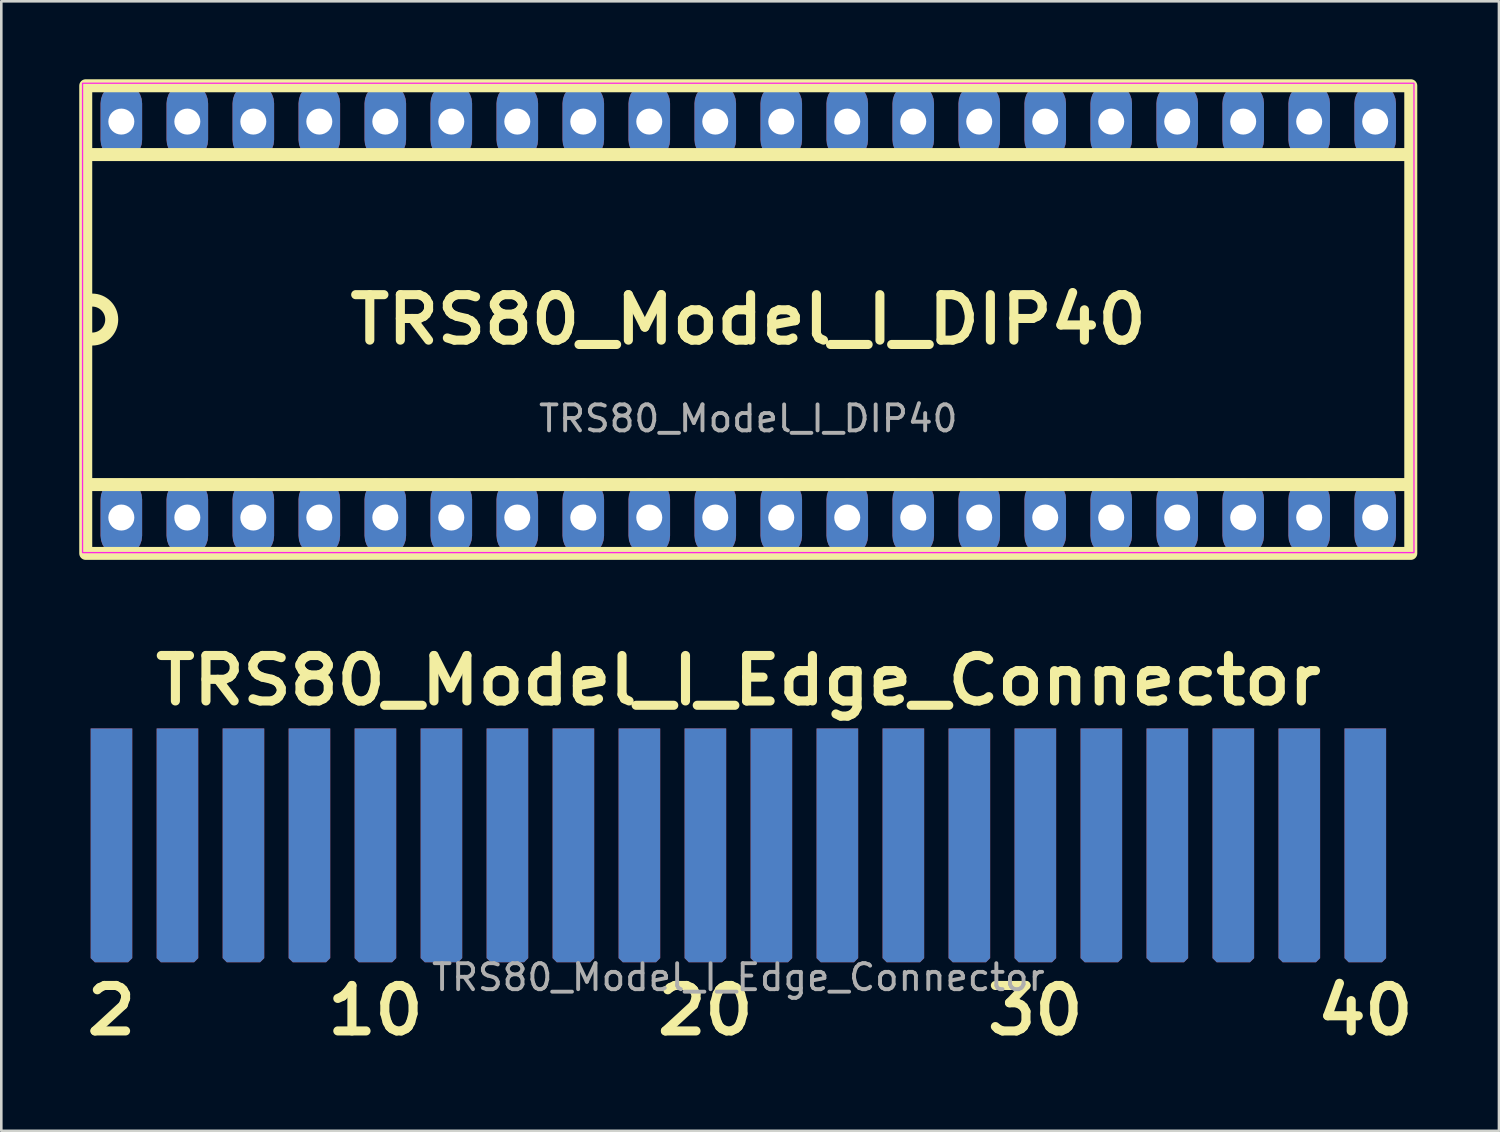
<source format=kicad_pcb>
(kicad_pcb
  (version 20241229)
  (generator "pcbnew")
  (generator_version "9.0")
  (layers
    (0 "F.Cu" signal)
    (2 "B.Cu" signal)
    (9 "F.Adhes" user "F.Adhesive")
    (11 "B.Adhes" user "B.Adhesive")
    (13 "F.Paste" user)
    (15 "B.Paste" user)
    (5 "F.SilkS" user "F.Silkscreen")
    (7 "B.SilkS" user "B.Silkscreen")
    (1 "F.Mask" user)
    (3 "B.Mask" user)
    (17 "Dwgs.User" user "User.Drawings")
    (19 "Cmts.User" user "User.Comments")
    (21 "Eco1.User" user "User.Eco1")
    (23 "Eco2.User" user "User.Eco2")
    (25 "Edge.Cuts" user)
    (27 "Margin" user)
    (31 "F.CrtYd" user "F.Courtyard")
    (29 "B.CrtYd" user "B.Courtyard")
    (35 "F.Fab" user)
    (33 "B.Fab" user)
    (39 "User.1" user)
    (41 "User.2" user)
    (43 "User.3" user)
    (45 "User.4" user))
  (footprint "TRS80_Model_I_Edge_Connector"
    (layer "F.Cu")
    (at 25.37 26.948)
    (property "Reference" "TRS80_Model_I_Edge_Connector" (at 0 -3.81 0) (unlocked yes) (layer "F.SilkS") (effects (font (size 1.75 1.9) (thickness 0.35) (bold yes))))
    (attr smd)
    (fp_text user "20" (at -1.27 8.89 0) (unlocked yes) (layer "F.SilkS") (effects (font (size 1.75 1.9) (thickness 0.35) (bold yes))))
    (fp_text user "2" (at -24.13 8.89 0) (unlocked yes) (layer "F.SilkS") (effects (font (size 1.75 1.9) (thickness 0.35) (bold yes))))
    (fp_text user "10" (at -13.97 8.89 0) (unlocked yes) (layer "F.SilkS") (effects (font (size 1.75 1.9) (thickness 0.35) (bold yes))))
    (fp_text user "40" (at 24.13 8.89 0) (unlocked yes) (layer "F.SilkS") (effects (font (size 1.75 1.9) (thickness 0.35) (bold yes))))
    (fp_text user "30" (at 11.43 8.89 0) (unlocked yes) (layer "F.SilkS") (effects (font (size 1.75 1.9) (thickness 0.35) (bold yes))))
    (fp_text user "${REFERENCE}" (at 0 7.62 0) (unlocked yes) (layer "F.Fab") (effects (font (size 1 1) (thickness 0.15))))
    (pad "1" connect roundrect (at -24.13 2.54 180) (size 1.6 9) (layers "B.Cu" "B.Mask") (roundrect_rratio 0) (chamfer_ratio 0.1) (chamfer top_left top_right))
    (pad "2" connect roundrect (at -24.13 2.54 180) (size 1.6 9) (layers "F.Cu" "F.Mask") (roundrect_rratio 0) (chamfer_ratio 0.1) (chamfer top_left top_right))
    (pad "3" connect roundrect (at -21.59 2.54 180) (size 1.6 9) (layers "B.Cu" "B.Mask") (roundrect_rratio 0) (chamfer_ratio 0.1) (chamfer top_left top_right))
    (pad "4" connect roundrect (at -21.59 2.54 180) (size 1.6 9) (layers "F.Cu" "F.Mask") (roundrect_rratio 0) (chamfer_ratio 0.1) (chamfer top_left top_right))
    (pad "5" connect roundrect (at -19.05 2.54 180) (size 1.6 9) (layers "B.Cu" "B.Mask") (roundrect_rratio 0) (chamfer_ratio 0.1) (chamfer top_left top_right))
    (pad "6" connect roundrect (at -19.05 2.54 180) (size 1.6 9) (layers "F.Cu" "F.Mask") (roundrect_rratio 0) (chamfer_ratio 0.1) (chamfer top_left top_right))
    (pad "7" connect roundrect (at -16.51 2.54 180) (size 1.6 9) (layers "B.Cu" "B.Mask") (roundrect_rratio 0) (chamfer_ratio 0.1) (chamfer top_left top_right))
    (pad "8" connect roundrect (at -16.51 2.54 180) (size 1.6 9) (layers "F.Cu" "F.Mask") (roundrect_rratio 0) (chamfer_ratio 0.1) (chamfer top_left top_right))
    (pad "9" connect roundrect (at -13.97 2.54 180) (size 1.6 9) (layers "B.Cu" "B.Mask") (roundrect_rratio 0) (chamfer_ratio 0.1) (chamfer top_left top_right))
    (pad "10" connect roundrect (at -13.97 2.54 180) (size 1.6 9) (layers "F.Cu" "F.Mask") (roundrect_rratio 0) (chamfer_ratio 0.1) (chamfer top_left top_right))
    (pad "11" connect roundrect (at -11.43 2.54 180) (size 1.6 9) (layers "B.Cu" "B.Mask") (roundrect_rratio 0) (chamfer_ratio 0.1) (chamfer top_left top_right))
    (pad "12" connect roundrect (at -11.43 2.54 180) (size 1.6 9) (layers "F.Cu" "F.Mask") (roundrect_rratio 0) (chamfer_ratio 0.1) (chamfer top_left top_right))
    (pad "13" connect roundrect (at -8.89 2.54 180) (size 1.6 9) (layers "B.Cu" "B.Mask") (roundrect_rratio 0) (chamfer_ratio 0.1) (chamfer top_left top_right))
    (pad "14" connect roundrect (at -8.89 2.54 180) (size 1.6 9) (layers "F.Cu" "F.Mask") (roundrect_rratio 0) (chamfer_ratio 0.1) (chamfer top_left top_right))
    (pad "15" connect roundrect (at -6.35 2.54 180) (size 1.6 9) (layers "B.Cu" "B.Mask") (roundrect_rratio 0) (chamfer_ratio 0.1) (chamfer top_left top_right))
    (pad "16" connect roundrect (at -6.35 2.54 180) (size 1.6 9) (layers "F.Cu" "F.Mask") (roundrect_rratio 0) (chamfer_ratio 0.1) (chamfer top_left top_right))
    (pad "17" connect roundrect (at -3.81 2.54 180) (size 1.6 9) (layers "B.Cu" "B.Mask") (roundrect_rratio 0) (chamfer_ratio 0.1) (chamfer top_left top_right))
    (pad "18" connect roundrect (at -3.81 2.54 180) (size 1.6 9) (layers "F.Cu" "F.Mask") (roundrect_rratio 0) (chamfer_ratio 0.1) (chamfer top_left top_right))
    (pad "19" connect roundrect (at -1.27 2.54 180) (size 1.6 9) (layers "B.Cu" "B.Mask") (roundrect_rratio 0) (chamfer_ratio 0.1) (chamfer top_left top_right))
    (pad "20" connect roundrect (at -1.27 2.54 180) (size 1.6 9) (layers "F.Cu" "F.Mask") (roundrect_rratio 0) (chamfer_ratio 0.1) (chamfer top_left top_right))
    (pad "21" connect roundrect (at 1.27 2.54 180) (size 1.6 9) (layers "B.Cu" "B.Mask") (roundrect_rratio 0) (chamfer_ratio 0.1) (chamfer top_left top_right))
    (pad "22" connect roundrect (at 1.27 2.54 180) (size 1.6 9) (layers "F.Cu" "F.Mask") (roundrect_rratio 0) (chamfer_ratio 0.1) (chamfer top_left top_right))
    (pad "23" connect roundrect (at 3.81 2.54 180) (size 1.6 9) (layers "B.Cu" "B.Mask") (roundrect_rratio 0) (chamfer_ratio 0.1) (chamfer top_left top_right))
    (pad "24" connect roundrect (at 3.81 2.54 180) (size 1.6 9) (layers "F.Cu" "F.Mask") (roundrect_rratio 0) (chamfer_ratio 0.1) (chamfer top_left top_right))
    (pad "25" connect roundrect (at 6.35 2.54 180) (size 1.6 9) (layers "B.Cu" "B.Mask") (roundrect_rratio 0) (chamfer_ratio 0.1) (chamfer top_left top_right))
    (pad "26" connect roundrect (at 6.35 2.54 180) (size 1.6 9) (layers "F.Cu" "F.Mask") (roundrect_rratio 0) (chamfer_ratio 0.1) (chamfer top_left top_right))
    (pad "27" connect roundrect (at 8.89 2.54 180) (size 1.6 9) (layers "B.Cu" "B.Mask") (roundrect_rratio 0) (chamfer_ratio 0.1) (chamfer top_left top_right))
    (pad "28" connect roundrect (at 8.89 2.54 180) (size 1.6 9) (layers "F.Cu" "F.Mask") (roundrect_rratio 0) (chamfer_ratio 0.1) (chamfer top_left top_right))
    (pad "29" connect roundrect (at 11.43 2.54 180) (size 1.6 9) (layers "B.Cu" "B.Mask") (roundrect_rratio 0) (chamfer_ratio 0.1) (chamfer top_left top_right))
    (pad "30" connect roundrect (at 11.43 2.54 180) (size 1.6 9) (layers "F.Cu" "F.Mask") (roundrect_rratio 0) (chamfer_ratio 0.1) (chamfer top_left top_right))
    (pad "31" connect roundrect (at 13.97 2.54 180) (size 1.6 9) (layers "B.Cu" "B.Mask") (roundrect_rratio 0) (chamfer_ratio 0.1) (chamfer top_left top_right))
    (pad "32" connect roundrect (at 13.97 2.54 180) (size 1.6 9) (layers "F.Cu" "F.Mask") (roundrect_rratio 0) (chamfer_ratio 0.1) (chamfer top_left top_right))
    (pad "33" connect roundrect (at 16.51 2.54 180) (size 1.6 9) (layers "B.Cu" "B.Mask") (roundrect_rratio 0) (chamfer_ratio 0.1) (chamfer top_left top_right))
    (pad "34" connect roundrect (at 16.51 2.54 180) (size 1.6 9) (layers "F.Cu" "F.Mask") (roundrect_rratio 0) (chamfer_ratio 0.1) (chamfer top_left top_right))
    (pad "35" connect roundrect (at 19.05 2.54 180) (size 1.6 9) (layers "B.Cu" "B.Mask") (roundrect_rratio 0) (chamfer_ratio 0.1) (chamfer top_left top_right))
    (pad "36" connect roundrect (at 19.05 2.54 180) (size 1.6 9) (layers "F.Cu" "F.Mask") (roundrect_rratio 0) (chamfer_ratio 0.1) (chamfer top_left top_right))
    (pad "37" connect roundrect (at 21.59 2.54 180) (size 1.6 9) (layers "B.Cu" "B.Mask") (roundrect_rratio 0) (chamfer_ratio 0.1) (chamfer top_left top_right))
    (pad "38" connect roundrect (at 21.59 2.54 180) (size 1.6 9) (layers "F.Cu" "F.Mask") (roundrect_rratio 0) (chamfer_ratio 0.1) (chamfer top_left top_right))
    (pad "39" connect roundrect (at 24.13 2.54 180) (size 1.6 9) (layers "B.Cu" "B.Mask") (roundrect_rratio 0) (chamfer_ratio 0.1) (chamfer top_left top_right))
    (pad "40" connect roundrect (at 24.13 2.54 180) (size 1.6 9) (layers "F.Cu" "F.Mask") (roundrect_rratio 0) (chamfer_ratio 0.1) (chamfer top_left top_right)))
  (footprint "TRS80_Model_I_DIP40"
    (layer "F.Cu")
    (at 25.75 9.25)
    (property "Reference" "TRS80_Model_I_DIP40" (at 0 0 0) (unlocked yes) (layer "F.SilkS") (effects (font (size 1.75 1.9) (thickness 0.35) (bold yes))))
    (attr through_hole)
    (fp_line (start 25.4 -6.35) (end -25.4 -6.35) (stroke (width 0.5) (type default)) (layer "F.SilkS"))
    (fp_line (start 25.4 -6.35) (end 25.4 -6.35) (stroke (width 0.5) (type default)) (layer "F.SilkS"))
    (fp_line (start 25.4 6.35) (end -25.4 6.35) (stroke (width 0.5) (type default)) (layer "F.SilkS"))
    (fp_rect (start -25.5 -9) (end 25.5 9) (stroke (width 0.5) (type default)) (fill no) (layer "F.SilkS"))
    (fp_arc (start -25.25 -0.75) (mid -24.5 0) (end -25.25 0.75) (stroke (width 0.5) (type default)) (layer "F.SilkS"))
    (fp_rect (start -25.623 -9.096) (end 25.623 8.969) (stroke (width 0.05) (type default)) (fill no) (layer "F.CrtYd"))
    (fp_text user "${REFERENCE}" (at 0 3.81 0) (unlocked yes) (layer "F.Fab") (effects (font (size 1 1) (thickness 0.15))))
    (pad "1" thru_hole roundrect (at -24.13 7.62) (size 1.6 3) (drill 1) (layers "*.Cu" "*.Mask") (roundrect_rratio 0.5))
    (pad "2" thru_hole roundrect (at -21.59 7.62) (size 1.6 3) (drill 1) (layers "*.Cu" "*.Mask") (roundrect_rratio 0.5))
    (pad "3" thru_hole roundrect (at -19.05 7.62) (size 1.6 3) (drill 1) (layers "*.Cu" "*.Mask") (roundrect_rratio 0.5))
    (pad "4" thru_hole roundrect (at -16.51 7.62) (size 1.6 3) (drill 1) (layers "*.Cu" "*.Mask") (roundrect_rratio 0.5))
    (pad "5" thru_hole roundrect (at -13.97 7.62) (size 1.6 3) (drill 1) (layers "*.Cu" "*.Mask") (roundrect_rratio 0.5))
    (pad "6" thru_hole roundrect (at -11.43 7.62) (size 1.6 3) (drill 1) (layers "*.Cu" "*.Mask") (roundrect_rratio 0.5))
    (pad "7" thru_hole roundrect (at -8.89 7.62) (size 1.6 3) (drill 1) (layers "*.Cu" "*.Mask") (roundrect_rratio 0.5))
    (pad "8" thru_hole roundrect (at -6.35 7.62) (size 1.6 3) (drill 1) (layers "*.Cu" "*.Mask") (roundrect_rratio 0.5))
    (pad "9" thru_hole roundrect (at -3.81 7.62) (size 1.6 3) (drill 1) (layers "*.Cu" "*.Mask") (roundrect_rratio 0.5))
    (pad "10" thru_hole roundrect (at -1.27 7.62) (size 1.6 3) (drill 1) (layers "*.Cu" "*.Mask") (roundrect_rratio 0.5))
    (pad "11" thru_hole roundrect (at 1.27 7.62) (size 1.6 3) (drill 1) (layers "*.Cu" "*.Mask") (roundrect_rratio 0.5))
    (pad "12" thru_hole roundrect (at 3.81 7.62) (size 1.6 3) (drill 1) (layers "*.Cu" "*.Mask") (roundrect_rratio 0.5))
    (pad "13" thru_hole roundrect (at 6.35 7.62) (size 1.6 3) (drill 1) (layers "*.Cu" "*.Mask") (roundrect_rratio 0.5))
    (pad "14" thru_hole roundrect (at 8.89 7.62) (size 1.6 3) (drill 1) (layers "*.Cu" "*.Mask") (roundrect_rratio 0.5))
    (pad "15" thru_hole roundrect (at 11.43 7.62) (size 1.6 3) (drill 1) (layers "*.Cu" "*.Mask") (roundrect_rratio 0.5))
    (pad "16" thru_hole roundrect (at 13.97 7.62) (size 1.6 3) (drill 1) (layers "*.Cu" "*.Mask") (roundrect_rratio 0.5))
    (pad "17" thru_hole roundrect (at 16.51 7.62) (size 1.6 3) (drill 1) (layers "*.Cu" "*.Mask") (roundrect_rratio 0.5))
    (pad "18" thru_hole roundrect (at 19.05 7.62) (size 1.6 3) (drill 1) (layers "*.Cu" "*.Mask") (roundrect_rratio 0.5))
    (pad "19" thru_hole roundrect (at 21.59 7.62) (size 1.6 3) (drill 1) (layers "*.Cu" "*.Mask") (roundrect_rratio 0.5))
    (pad "20" thru_hole roundrect (at 24.13 7.62) (size 1.6 3) (drill 1) (layers "*.Cu" "*.Mask") (roundrect_rratio 0.5))
    (pad "21" thru_hole roundrect (at 24.13 -7.62) (size 1.6 3) (drill 1) (layers "*.Cu" "*.Mask") (roundrect_rratio 0.5))
    (pad "22" thru_hole roundrect (at 21.59 -7.62) (size 1.6 3) (drill 1) (layers "*.Cu" "*.Mask") (roundrect_rratio 0.5))
    (pad "23" thru_hole roundrect (at 19.05 -7.62) (size 1.6 3) (drill 1) (layers "*.Cu" "*.Mask") (roundrect_rratio 0.5))
    (pad "24" thru_hole roundrect (at 16.51 -7.62) (size 1.6 3) (drill 1) (layers "*.Cu" "*.Mask") (roundrect_rratio 0.5))
    (pad "25" thru_hole roundrect (at 13.97 -7.62) (size 1.6 3) (drill 1) (layers "*.Cu" "*.Mask") (roundrect_rratio 0.5))
    (pad "26" thru_hole roundrect (at 11.43 -7.62) (size 1.6 3) (drill 1) (layers "*.Cu" "*.Mask") (roundrect_rratio 0.5))
    (pad "27" thru_hole roundrect (at 8.89 -7.62) (size 1.6 3) (drill 1) (layers "*.Cu" "*.Mask") (roundrect_rratio 0.5))
    (pad "28" thru_hole roundrect (at 6.35 -7.62) (size 1.6 3) (drill 1) (layers "*.Cu" "*.Mask") (roundrect_rratio 0.5))
    (pad "29" thru_hole roundrect (at 3.81 -7.62) (size 1.6 3) (drill 1) (layers "*.Cu" "*.Mask") (roundrect_rratio 0.5))
    (pad "30" thru_hole roundrect (at 1.27 -7.62) (size 1.6 3) (drill 1) (layers "*.Cu" "*.Mask") (roundrect_rratio 0.5))
    (pad "31" thru_hole roundrect (at -1.27 -7.62) (size 1.6 3) (drill 1) (layers "*.Cu" "*.Mask") (roundrect_rratio 0.5))
    (pad "32" thru_hole roundrect (at -3.81 -7.62) (size 1.6 3) (drill 1) (layers "*.Cu" "*.Mask") (roundrect_rratio 0.5))
    (pad "33" thru_hole roundrect (at -6.35 -7.62) (size 1.6 3) (drill 1) (layers "*.Cu" "*.Mask") (roundrect_rratio 0.5))
    (pad "34" thru_hole roundrect (at -8.89 -7.62) (size 1.6 3) (drill 1) (layers "*.Cu" "*.Mask") (roundrect_rratio 0.5))
    (pad "35" thru_hole roundrect (at -11.43 -7.62) (size 1.6 3) (drill 1) (layers "*.Cu" "*.Mask") (roundrect_rratio 0.5))
    (pad "36" thru_hole roundrect (at -13.97 -7.62) (size 1.6 3) (drill 1) (layers "*.Cu" "*.Mask") (roundrect_rratio 0.5))
    (pad "37" thru_hole roundrect (at -16.51 -7.62) (size 1.6 3) (drill 1) (layers "*.Cu" "*.Mask") (roundrect_rratio 0.5))
    (pad "38" thru_hole roundrect (at -19.05 -7.62) (size 1.6 3) (drill 1) (layers "*.Cu" "*.Mask") (roundrect_rratio 0.5))
    (pad "39" thru_hole roundrect (at -21.59 -7.62) (size 1.6 3) (drill 1) (layers "*.Cu" "*.Mask") (roundrect_rratio 0.5))
    (pad "40" thru_hole roundrect (at -24.13 -7.62) (size 1.6 3) (drill 1) (layers "*.Cu" "*.Mask") (roundrect_rratio 0.5)))
  (gr_rect
    (start -3 -3)
    (end 54.644 40.476)
    (stroke (width 0.1) (type default))
    (fill no)
    (layer "Edge.Cuts")))
</source>
